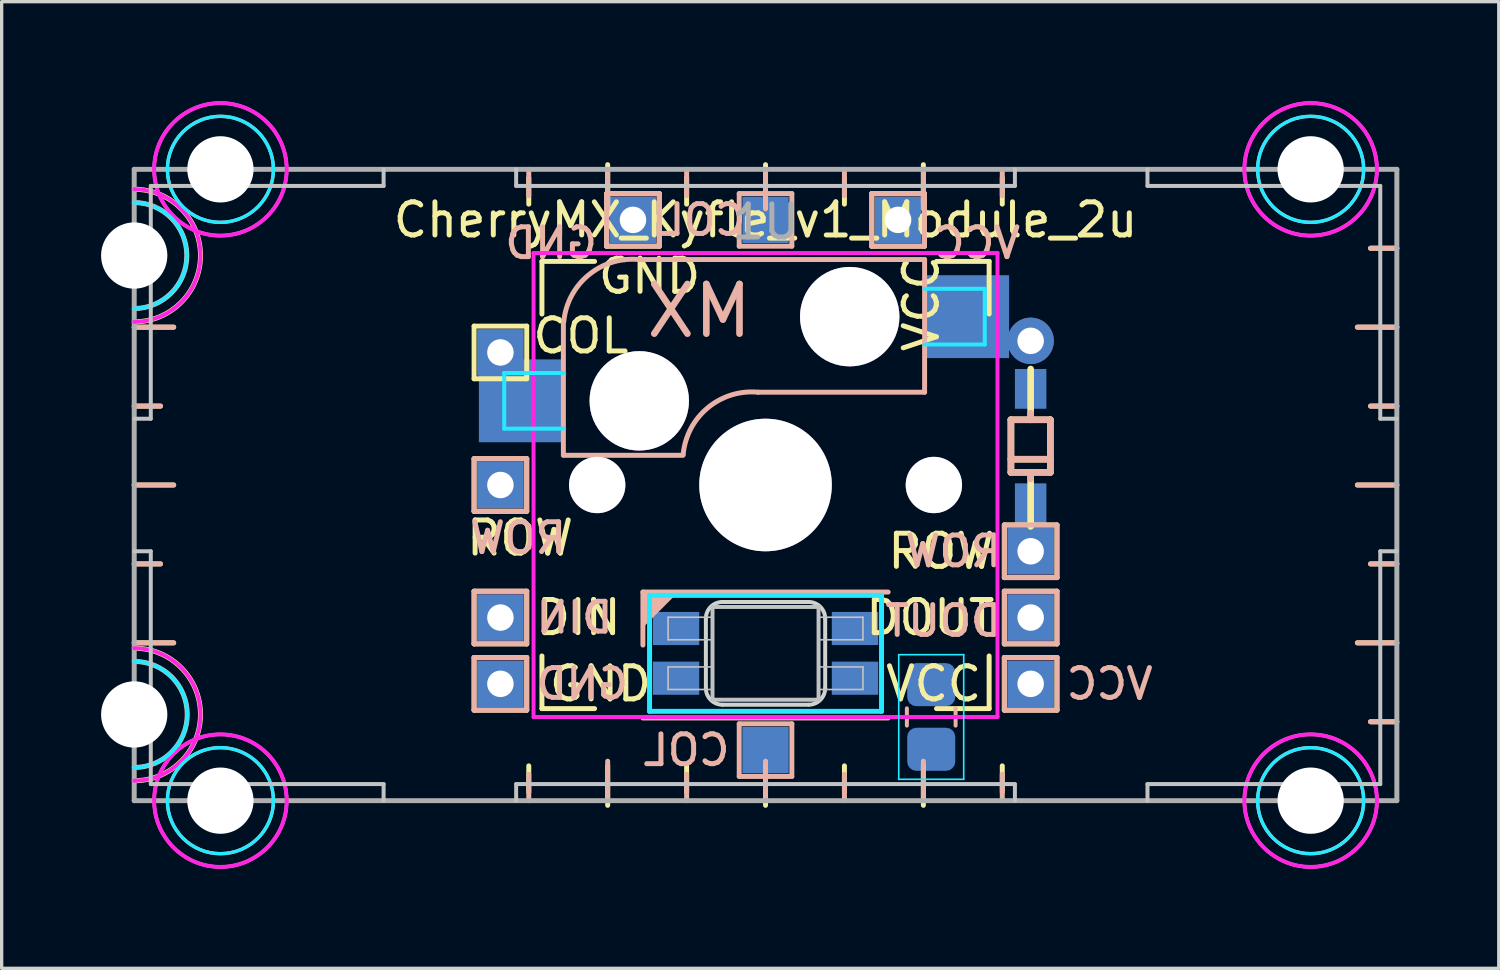
<source format=kicad_pcb>
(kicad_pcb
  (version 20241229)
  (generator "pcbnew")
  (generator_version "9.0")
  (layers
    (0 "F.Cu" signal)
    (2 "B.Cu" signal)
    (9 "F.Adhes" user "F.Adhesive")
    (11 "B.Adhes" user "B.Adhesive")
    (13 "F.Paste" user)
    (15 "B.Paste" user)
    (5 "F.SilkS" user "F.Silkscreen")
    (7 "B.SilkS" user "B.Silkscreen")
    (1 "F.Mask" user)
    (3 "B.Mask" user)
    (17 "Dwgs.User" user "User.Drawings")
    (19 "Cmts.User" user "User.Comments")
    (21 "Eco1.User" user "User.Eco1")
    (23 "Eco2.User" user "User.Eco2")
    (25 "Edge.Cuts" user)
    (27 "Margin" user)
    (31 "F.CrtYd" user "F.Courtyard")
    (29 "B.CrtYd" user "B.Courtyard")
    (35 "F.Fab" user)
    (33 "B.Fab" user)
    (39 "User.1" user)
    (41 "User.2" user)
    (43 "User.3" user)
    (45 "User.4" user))
  (footprint "CherryMX_Kyfle_v1_Module_2u"
    (layer "F.Cu")
    (at 20.05 11.585)
    (property "Reference" "CherryMX_Kyfle_v1_Module_2u" (at 0 -8 0) (unlocked yes) (layer "F.SilkS") (effects (font (size 1 1) (thickness 0.15))))
    (attr through_hole)
    (fp_line (start -18.256 -7.144) (end -19.05 -7.144) (stroke (width 0.15) (type solid)) (layer "F.SilkS"))
    (fp_line (start -18.256 -2.381) (end -19.05 -2.381) (stroke (width 0.15) (type solid)) (layer "F.SilkS"))
    (fp_line (start -18.256 2.381) (end -19.05 2.381) (stroke (width 0.15) (type solid)) (layer "F.SilkS"))
    (fp_line (start -18.256 7.144) (end -19.05 7.144) (stroke (width 0.15) (type solid)) (layer "F.SilkS"))
    (fp_line (start -17.859 -4.763) (end -19.05 -4.763) (stroke (width 0.15) (type solid)) (layer "F.SilkS"))
    (fp_line (start -17.859 0) (end -19.05 0) (stroke (width 0.15) (type solid)) (layer "F.SilkS"))
    (fp_line (start -17.859 4.763) (end -19.05 4.763) (stroke (width 0.15) (type solid)) (layer "F.SilkS"))
    (fp_line (start -8.794 -4.794) (end -7.206 -4.794) (stroke (width 0.15) (type solid)) (layer "F.SilkS"))
    (fp_line (start -8.794 -3.206) (end -8.794 -4.794) (stroke (width 0.15) (type solid)) (layer "F.SilkS"))
    (fp_line (start -8.794 -0.794) (end -7.206 -0.794) (stroke (width 0.15) (type solid)) (layer "F.SilkS"))
    (fp_line (start -8.794 0.794) (end -8.794 -0.794) (stroke (width 0.15) (type solid)) (layer "F.SilkS"))
    (fp_line (start -8.794 3.206) (end -7.206 3.206) (stroke (width 0.15) (type solid)) (layer "F.SilkS"))
    (fp_line (start -8.794 4.794) (end -8.794 3.206) (stroke (width 0.15) (type solid)) (layer "F.SilkS"))
    (fp_line (start -8.794 5.206) (end -7.206 5.206) (stroke (width 0.15) (type solid)) (layer "F.SilkS"))
    (fp_line (start -8.794 6.794) (end -8.794 5.206) (stroke (width 0.15) (type solid)) (layer "F.SilkS"))
    (fp_line (start -7.206 -4.794) (end -7.206 -3.206) (stroke (width 0.15) (type solid)) (layer "F.SilkS"))
    (fp_line (start -7.206 -3.206) (end -8.794 -3.206) (stroke (width 0.15) (type solid)) (layer "F.SilkS"))
    (fp_line (start -7.206 -0.794) (end -7.206 0.794) (stroke (width 0.15) (type solid)) (layer "F.SilkS"))
    (fp_line (start -7.206 0.794) (end -8.794 0.794) (stroke (width 0.15) (type solid)) (layer "F.SilkS"))
    (fp_line (start -7.206 3.206) (end -7.206 4.794) (stroke (width 0.15) (type solid)) (layer "F.SilkS"))
    (fp_line (start -7.206 4.794) (end -8.794 4.794) (stroke (width 0.15) (type solid)) (layer "F.SilkS"))
    (fp_line (start -7.206 5.206) (end -7.206 6.794) (stroke (width 0.15) (type solid)) (layer "F.SilkS"))
    (fp_line (start -7.206 6.794) (end -8.794 6.794) (stroke (width 0.15) (type solid)) (layer "F.SilkS"))
    (fp_line (start -7.144 -9.269) (end -7.144 -8.475) (stroke (width 0.15) (type solid)) (layer "F.SilkS"))
    (fp_line (start -7.144 9.269) (end -7.144 8.475) (stroke (width 0.15) (type solid)) (layer "F.SilkS"))
    (fp_line (start -6.747 -6.747) (end -5.159 -6.747) (stroke (width 0.15) (type solid)) (layer "F.SilkS"))
    (fp_line (start -6.747 -5.159) (end -6.747 -6.747) (stroke (width 0.15) (type solid)) (layer "F.SilkS"))
    (fp_line (start -6.747 6.747) (end -6.747 5.159) (stroke (width 0.15) (type solid)) (layer "F.SilkS"))
    (fp_line (start -5.159 6.747) (end -6.747 6.747) (stroke (width 0.15) (type solid)) (layer "F.SilkS"))
    (fp_line (start -4.794 -8.794) (end -3.206 -8.794) (stroke (width 0.15) (type solid)) (layer "F.SilkS"))
    (fp_line (start -4.794 -7.206) (end -4.794 -8.794) (stroke (width 0.15) (type solid)) (layer "F.SilkS"))
    (fp_line (start -4.763 -9.666) (end -4.763 -8.475) (stroke (width 0.15) (type solid)) (layer "F.SilkS"))
    (fp_line (start -4.763 9.666) (end -4.763 8.475) (stroke (width 0.15) (type solid)) (layer "F.SilkS"))
    (fp_line (start -3.206 -8.794) (end -3.206 -7.206) (stroke (width 0.15) (type solid)) (layer "F.SilkS"))
    (fp_line (start -3.206 -7.206) (end -4.794 -7.206) (stroke (width 0.15) (type solid)) (layer "F.SilkS"))
    (fp_line (start -2.381 -9.269) (end -2.381 -8.475) (stroke (width 0.15) (type solid)) (layer "F.SilkS"))
    (fp_line (start -2.381 9.269) (end -2.381 8.475) (stroke (width 0.15) (type solid)) (layer "F.SilkS"))
    (fp_line (start 0 -9.666) (end 0 -8.475) (stroke (width 0.15) (type solid)) (layer "F.SilkS"))
    (fp_line (start 0 9.666) (end 0 8.475) (stroke (width 0.15) (type solid)) (layer "F.SilkS"))
    (fp_line (start 2.381 -9.269) (end 2.381 -8.475) (stroke (width 0.15) (type solid)) (layer "F.SilkS"))
    (fp_line (start 2.381 9.269) (end 2.381 8.475) (stroke (width 0.15) (type solid)) (layer "F.SilkS"))
    (fp_line (start 3.206 -8.794) (end 4.794 -8.794) (stroke (width 0.15) (type solid)) (layer "F.SilkS"))
    (fp_line (start 3.206 -7.206) (end 3.206 -8.794) (stroke (width 0.15) (type solid)) (layer "F.SilkS"))
    (fp_line (start 4.763 -9.666) (end 4.763 -8.475) (stroke (width 0.15) (type solid)) (layer "F.SilkS"))
    (fp_line (start 4.763 9.666) (end 4.763 8.475) (stroke (width 0.15) (type solid)) (layer "F.SilkS"))
    (fp_line (start 4.794 -8.794) (end 4.794 -7.206) (stroke (width 0.15) (type solid)) (layer "F.SilkS"))
    (fp_line (start 4.794 -7.206) (end 3.206 -7.206) (stroke (width 0.15) (type solid)) (layer "F.SilkS"))
    (fp_line (start 5.159 -6.747) (end 6.747 -6.747) (stroke (width 0.15) (type solid)) (layer "F.SilkS"))
    (fp_line (start 6.747 -6.747) (end 6.747 -5.159) (stroke (width 0.15) (type solid)) (layer "F.SilkS"))
    (fp_line (start 6.747 5.159) (end 6.747 6.747) (stroke (width 0.15) (type solid)) (layer "F.SilkS"))
    (fp_line (start 6.747 6.747) (end 5.159 6.747) (stroke (width 0.15) (type solid)) (layer "F.SilkS"))
    (fp_line (start 7.144 -9.269) (end 7.144 -8.475) (stroke (width 0.15) (type solid)) (layer "F.SilkS"))
    (fp_line (start 7.144 9.269) (end 7.144 8.475) (stroke (width 0.15) (type solid)) (layer "F.SilkS"))
    (fp_line (start 7.206 1.206) (end 8.794 1.206) (stroke (width 0.15) (type solid)) (layer "F.SilkS"))
    (fp_line (start 7.206 2.794) (end 7.206 1.206) (stroke (width 0.15) (type solid)) (layer "F.SilkS"))
    (fp_line (start 7.206 3.206) (end 8.794 3.206) (stroke (width 0.15) (type solid)) (layer "F.SilkS"))
    (fp_line (start 7.206 4.794) (end 7.206 3.206) (stroke (width 0.15) (type solid)) (layer "F.SilkS"))
    (fp_line (start 7.206 5.206) (end 8.794 5.206) (stroke (width 0.15) (type solid)) (layer "F.SilkS"))
    (fp_line (start 7.206 6.794) (end 7.206 5.206) (stroke (width 0.15) (type solid)) (layer "F.SilkS"))
    (fp_line (start 7.405 -1.969) (end 8.595 -1.969) (stroke (width 0.2) (type solid)) (layer "F.SilkS"))
    (fp_line (start 7.405 -0.778) (end 8.595 -0.778) (stroke (width 0.2) (type solid)) (layer "F.SilkS"))
    (fp_line (start 7.405 -0.381) (end 7.405 -1.969) (stroke (width 0.2) (type solid)) (layer "F.SilkS"))
    (fp_line (start 8 -1.969) (end 8 -3.5) (stroke (width 0.2) (type solid)) (layer "F.SilkS"))
    (fp_line (start 8 1.25) (end 8 -0.381) (stroke (width 0.2) (type solid)) (layer "F.SilkS"))
    (fp_line (start 8.595 -1.969) (end 8.595 -0.381) (stroke (width 0.2) (type solid)) (layer "F.SilkS"))
    (fp_line (start 8.595 -0.381) (end 7.405 -0.381) (stroke (width 0.2) (type solid)) (layer "F.SilkS"))
    (fp_line (start 8.794 1.206) (end 8.794 2.794) (stroke (width 0.15) (type solid)) (layer "F.SilkS"))
    (fp_line (start 8.794 2.794) (end 7.206 2.794) (stroke (width 0.15) (type solid)) (layer "F.SilkS"))
    (fp_line (start 8.794 3.206) (end 8.794 4.794) (stroke (width 0.15) (type solid)) (layer "F.SilkS"))
    (fp_line (start 8.794 4.794) (end 7.206 4.794) (stroke (width 0.15) (type solid)) (layer "F.SilkS"))
    (fp_line (start 8.794 5.206) (end 8.794 6.794) (stroke (width 0.15) (type solid)) (layer "F.SilkS"))
    (fp_line (start 8.794 6.794) (end 7.206 6.794) (stroke (width 0.15) (type solid)) (layer "F.SilkS"))
    (fp_line (start 17.859 -4.763) (end 19.05 -4.763) (stroke (width 0.15) (type solid)) (layer "F.SilkS"))
    (fp_line (start 17.859 0) (end 19.05 0) (stroke (width 0.15) (type solid)) (layer "F.SilkS"))
    (fp_line (start 17.859 4.763) (end 19.05 4.763) (stroke (width 0.15) (type solid)) (layer "F.SilkS"))
    (fp_line (start 18.256 -7.144) (end 19.05 -7.144) (stroke (width 0.15) (type solid)) (layer "F.SilkS"))
    (fp_line (start 18.256 -2.381) (end 19.05 -2.381) (stroke (width 0.15) (type solid)) (layer "F.SilkS"))
    (fp_line (start 18.256 2.381) (end 19.05 2.381) (stroke (width 0.15) (type solid)) (layer "F.SilkS"))
    (fp_line (start 18.256 7.144) (end 19.05 7.144) (stroke (width 0.15) (type solid)) (layer "F.SilkS"))
    (fp_arc (start -19.05 -8.92375) (mid -17.05 -6.92375) (end -19.05 -4.92375) (stroke (width 0.15) (type solid)) (layer "F.SilkS"))
    (fp_arc (start -19.05 4.92375) (mid -17.05 6.92375) (end -19.05 8.92375) (stroke (width 0.15) (type solid)) (layer "F.SilkS"))
    (fp_circle (center -16.449 -9.525) (end -14.449 -9.525) (stroke (width 0.1) (type solid)) (fill no) (layer "F.SilkS"))
    (fp_circle (center -16.449 9.525) (end -14.449 9.525) (stroke (width 0.1) (type solid)) (fill no) (layer "F.SilkS"))
    (fp_circle (center 16.449 -9.525) (end 18.449 -9.525) (stroke (width 0.1) (type solid)) (fill no) (layer "F.SilkS"))
    (fp_circle (center 16.449 9.525) (end 18.449 9.525) (stroke (width 0.1) (type solid)) (fill no) (layer "F.SilkS"))
    (fp_line (start -18.256 -7.144) (end -19.05 -7.144) (stroke (width 0.15) (type solid)) (layer "B.SilkS"))
    (fp_line (start -18.256 -2.381) (end -19.05 -2.381) (stroke (width 0.15) (type solid)) (layer "B.SilkS"))
    (fp_line (start -18.256 2.381) (end -19.05 2.381) (stroke (width 0.15) (type solid)) (layer "B.SilkS"))
    (fp_line (start -18.256 7.144) (end -19.05 7.144) (stroke (width 0.15) (type solid)) (layer "B.SilkS"))
    (fp_line (start -17.859 -4.763) (end -19.05 -4.763) (stroke (width 0.15) (type solid)) (layer "B.SilkS"))
    (fp_line (start -17.859 0) (end -19.05 0) (stroke (width 0.15) (type solid)) (layer "B.SilkS"))
    (fp_line (start -17.859 4.763) (end -19.05 4.763) (stroke (width 0.15) (type solid)) (layer "B.SilkS"))
    (fp_line (start -8.794 -0.794) (end -8.794 0.794) (stroke (width 0.15) (type solid)) (layer "B.SilkS"))
    (fp_line (start -8.794 0.794) (end -7.206 0.794) (stroke (width 0.15) (type solid)) (layer "B.SilkS"))
    (fp_line (start -8.794 3.206) (end -8.794 4.794) (stroke (width 0.15) (type solid)) (layer "B.SilkS"))
    (fp_line (start -8.794 4.794) (end -7.206 4.794) (stroke (width 0.15) (type solid)) (layer "B.SilkS"))
    (fp_line (start -8.794 5.206) (end -8.794 6.794) (stroke (width 0.15) (type solid)) (layer "B.SilkS"))
    (fp_line (start -8.794 6.794) (end -7.206 6.794) (stroke (width 0.15) (type solid)) (layer "B.SilkS"))
    (fp_line (start -7.206 -0.794) (end -8.794 -0.794) (stroke (width 0.15) (type solid)) (layer "B.SilkS"))
    (fp_line (start -7.206 0.794) (end -7.206 -0.794) (stroke (width 0.15) (type solid)) (layer "B.SilkS"))
    (fp_line (start -7.206 3.206) (end -8.794 3.206) (stroke (width 0.15) (type solid)) (layer "B.SilkS"))
    (fp_line (start -7.206 4.794) (end -7.206 3.206) (stroke (width 0.15) (type solid)) (layer "B.SilkS"))
    (fp_line (start -7.206 5.206) (end -8.794 5.206) (stroke (width 0.15) (type solid)) (layer "B.SilkS"))
    (fp_line (start -7.206 6.794) (end -7.206 5.206) (stroke (width 0.15) (type solid)) (layer "B.SilkS"))
    (fp_line (start -7.144 -8.731) (end -7.144 -9.525) (stroke (width 0.15) (type solid)) (layer "B.SilkS"))
    (fp_line (start -7.144 8.731) (end -7.144 9.525) (stroke (width 0.15) (type solid)) (layer "B.SilkS"))
    (fp_line (start -6.1 -4.85) (end -6.1 -0.905) (stroke (width 0.15) (type solid)) (layer "B.SilkS"))
    (fp_line (start -6.1 -0.896) (end -2.49 -0.896) (stroke (width 0.15) (type solid)) (layer "B.SilkS"))
    (fp_line (start -4.794 -8.794) (end -4.794 -7.206) (stroke (width 0.15) (type solid)) (layer "B.SilkS"))
    (fp_line (start -4.794 -7.206) (end -3.206 -7.206) (stroke (width 0.15) (type solid)) (layer "B.SilkS"))
    (fp_line (start -4.763 -8.334) (end -4.763 -9.525) (stroke (width 0.15) (type solid)) (layer "B.SilkS"))
    (fp_line (start -4.763 8.334) (end -4.763 9.525) (stroke (width 0.15) (type solid)) (layer "B.SilkS"))
    (fp_line (start -3.7 4.83) (end -3.7 3.23) (stroke (width 0.15) (type solid)) (layer "B.SilkS"))
    (fp_line (start -3.206 -8.794) (end -4.794 -8.794) (stroke (width 0.15) (type solid)) (layer "B.SilkS"))
    (fp_line (start -3.206 -7.206) (end -3.206 -8.794) (stroke (width 0.15) (type solid)) (layer "B.SilkS"))
    (fp_line (start -2.381 -8.731) (end -2.381 -9.525) (stroke (width 0.15) (type solid)) (layer "B.SilkS"))
    (fp_line (start -2.381 8.731) (end -2.381 9.525) (stroke (width 0.15) (type solid)) (layer "B.SilkS"))
    (fp_line (start -0.794 -8.794) (end -0.794 -7.206) (stroke (width 0.15) (type solid)) (layer "B.SilkS"))
    (fp_line (start -0.794 -7.206) (end 0.794 -7.206) (stroke (width 0.15) (type solid)) (layer "B.SilkS"))
    (fp_line (start -0.794 7.206) (end -0.794 8.794) (stroke (width 0.15) (type solid)) (layer "B.SilkS"))
    (fp_line (start -0.794 8.794) (end 0.794 8.794) (stroke (width 0.15) (type solid)) (layer "B.SilkS"))
    (fp_line (start 0 -8.334) (end 0 -9.525) (stroke (width 0.15) (type solid)) (layer "B.SilkS"))
    (fp_line (start 0 8.334) (end 0 9.525) (stroke (width 0.15) (type solid)) (layer "B.SilkS"))
    (fp_line (start 0.794 -8.794) (end -0.794 -8.794) (stroke (width 0.15) (type solid)) (layer "B.SilkS"))
    (fp_line (start 0.794 -7.206) (end 0.794 -8.794) (stroke (width 0.15) (type solid)) (layer "B.SilkS"))
    (fp_line (start 0.794 7.206) (end -0.794 7.206) (stroke (width 0.15) (type solid)) (layer "B.SilkS"))
    (fp_line (start 0.794 8.794) (end 0.794 7.206) (stroke (width 0.15) (type solid)) (layer "B.SilkS"))
    (fp_line (start 2.381 -8.731) (end 2.381 -9.525) (stroke (width 0.15) (type solid)) (layer "B.SilkS"))
    (fp_line (start 2.381 8.731) (end 2.381 9.525) (stroke (width 0.15) (type solid)) (layer "B.SilkS"))
    (fp_line (start 3.206 -8.794) (end 3.206 -7.206) (stroke (width 0.15) (type solid)) (layer "B.SilkS"))
    (fp_line (start 3.206 -7.206) (end 4.794 -7.206) (stroke (width 0.15) (type solid)) (layer "B.SilkS"))
    (fp_line (start 3.7 3.23) (end -3.7 3.23) (stroke (width 0.15) (type solid)) (layer "B.SilkS"))
    (fp_line (start 3.7 7.03) (end -3.7 7.03) (stroke (width 0.15) (type solid)) (layer "B.SilkS"))
    (fp_line (start 4.265 6.739) (end 4.265 7.261) (stroke (width 0.12) (type solid)) (layer "B.SilkS"))
    (fp_line (start 4.763 -8.334) (end 4.763 -9.525) (stroke (width 0.15) (type solid)) (layer "B.SilkS"))
    (fp_line (start 4.763 8.334) (end 4.763 9.525) (stroke (width 0.15) (type solid)) (layer "B.SilkS"))
    (fp_line (start 4.794 -8.794) (end 3.206 -8.794) (stroke (width 0.15) (type solid)) (layer "B.SilkS"))
    (fp_line (start 4.794 -7.206) (end 4.794 -8.794) (stroke (width 0.15) (type solid)) (layer "B.SilkS"))
    (fp_line (start 4.8 -6.804) (end -3.825 -6.804) (stroke (width 0.15) (type solid)) (layer "B.SilkS"))
    (fp_line (start 4.8 -2.8) (end -0.225 -2.8) (stroke (width 0.15) (type solid)) (layer "B.SilkS"))
    (fp_line (start 4.8 -2.8) (end 4.8 -6.804) (stroke (width 0.15) (type solid)) (layer "B.SilkS"))
    (fp_line (start 5.735 6.739) (end 5.735 7.261) (stroke (width 0.12) (type solid)) (layer "B.SilkS"))
    (fp_line (start 7.144 -8.731) (end 7.144 -9.525) (stroke (width 0.15) (type solid)) (layer "B.SilkS"))
    (fp_line (start 7.144 8.731) (end 7.144 9.525) (stroke (width 0.15) (type solid)) (layer "B.SilkS"))
    (fp_line (start 7.206 1.206) (end 7.206 2.794) (stroke (width 0.15) (type solid)) (layer "B.SilkS"))
    (fp_line (start 7.206 2.794) (end 8.794 2.794) (stroke (width 0.15) (type solid)) (layer "B.SilkS"))
    (fp_line (start 7.206 3.206) (end 7.206 4.794) (stroke (width 0.15) (type solid)) (layer "B.SilkS"))
    (fp_line (start 7.206 4.794) (end 8.794 4.794) (stroke (width 0.15) (type solid)) (layer "B.SilkS"))
    (fp_line (start 7.206 5.206) (end 7.206 6.794) (stroke (width 0.15) (type solid)) (layer "B.SilkS"))
    (fp_line (start 7.206 6.794) (end 8.794 6.794) (stroke (width 0.15) (type solid)) (layer "B.SilkS"))
    (fp_line (start 7.405 -1.969) (end 7.405 -0.381) (stroke (width 0.2) (type solid)) (layer "B.SilkS"))
    (fp_line (start 7.405 -0.381) (end 8.595 -0.381) (stroke (width 0.2) (type solid)) (layer "B.SilkS"))
    (fp_line (start 8 -1.969) (end 8 -2.167) (stroke (width 0.2) (type solid)) (layer "B.SilkS"))
    (fp_line (start 8 -0.183) (end 8 -0.381) (stroke (width 0.2) (type solid)) (layer "B.SilkS"))
    (fp_line (start 8.595 -1.969) (end 7.405 -1.969) (stroke (width 0.2) (type solid)) (layer "B.SilkS"))
    (fp_line (start 8.595 -0.778) (end 7.405 -0.778) (stroke (width 0.2) (type solid)) (layer "B.SilkS"))
    (fp_line (start 8.595 -0.381) (end 8.595 -1.969) (stroke (width 0.2) (type solid)) (layer "B.SilkS"))
    (fp_line (start 8.794 1.206) (end 7.206 1.206) (stroke (width 0.15) (type solid)) (layer "B.SilkS"))
    (fp_line (start 8.794 2.794) (end 8.794 1.206) (stroke (width 0.15) (type solid)) (layer "B.SilkS"))
    (fp_line (start 8.794 3.206) (end 7.206 3.206) (stroke (width 0.15) (type solid)) (layer "B.SilkS"))
    (fp_line (start 8.794 4.794) (end 8.794 3.206) (stroke (width 0.15) (type solid)) (layer "B.SilkS"))
    (fp_line (start 8.794 5.206) (end 7.206 5.206) (stroke (width 0.15) (type solid)) (layer "B.SilkS"))
    (fp_line (start 8.794 6.794) (end 8.794 5.206) (stroke (width 0.15) (type solid)) (layer "B.SilkS"))
    (fp_line (start 17.859 -4.763) (end 19.05 -4.763) (stroke (width 0.15) (type solid)) (layer "B.SilkS"))
    (fp_line (start 17.859 0) (end 19.05 0) (stroke (width 0.15) (type solid)) (layer "B.SilkS"))
    (fp_line (start 17.859 4.763) (end 19.05 4.763) (stroke (width 0.15) (type solid)) (layer "B.SilkS"))
    (fp_line (start 18.256 -7.144) (end 19.05 -7.144) (stroke (width 0.15) (type solid)) (layer "B.SilkS"))
    (fp_line (start 18.256 -2.381) (end 19.05 -2.381) (stroke (width 0.15) (type solid)) (layer "B.SilkS"))
    (fp_line (start 18.256 2.381) (end 19.05 2.381) (stroke (width 0.15) (type solid)) (layer "B.SilkS"))
    (fp_line (start 18.256 7.144) (end 19.05 7.144) (stroke (width 0.15) (type solid)) (layer "B.SilkS"))
    (fp_arc (start -19.05 -8.52375) (mid -17.45 -6.92375) (end -19.05 -5.32375) (stroke (width 0.15) (type solid)) (layer "B.SilkS"))
    (fp_arc (start -19.05 5.32375) (mid -17.45 6.92375) (end -19.05 8.52375) (stroke (width 0.15) (type solid)) (layer "B.SilkS"))
    (fp_arc (start -6.089 -4.92) (mid -5.347189 -6.33089) (end -3.825 -6.804) (stroke (width 0.15) (type solid)) (layer "B.SilkS"))
    (fp_arc (start -2.485 -0.92) (mid -1.744361 -2.328061) (end -0.225 -2.8) (stroke (width 0.15) (type solid)) (layer "B.SilkS"))
    (fp_circle (center -16.449 -9.525) (end -14.849 -9.525) (stroke (width 0.1) (type solid)) (fill no) (layer "B.SilkS"))
    (fp_circle (center -16.449 9.525) (end -14.849 9.525) (stroke (width 0.1) (type solid)) (fill no) (layer "B.SilkS"))
    (fp_circle (center 16.449 -9.525) (end 18.049 -9.525) (stroke (width 0.1) (type solid)) (fill no) (layer "B.SilkS"))
    (fp_circle (center 16.449 9.525) (end 18.049 9.525) (stroke (width 0.1) (type solid)) (fill no) (layer "B.SilkS"))
    (fp_poly (pts (xy -3.699 4.23) (xy -2.7 3.23) (xy -3.7 3.23)) (stroke (width 0.1) (type solid)) (fill yes) (layer "B.SilkS"))
    (fp_line (start -18.55 -9.025) (end -11.525 -9.025) (stroke (width 0.12) (type solid)) (layer "Dwgs.User"))
    (fp_line (start -18.55 -2) (end -19.05 -2) (stroke (width 0.12) (type solid)) (layer "Dwgs.User"))
    (fp_line (start -18.55 -2) (end -18.55 -9.025) (stroke (width 0.12) (type solid)) (layer "Dwgs.User"))
    (fp_line (start -18.55 2) (end -19.05 2) (stroke (width 0.12) (type solid)) (layer "Dwgs.User"))
    (fp_line (start -18.55 9.025) (end -18.55 2) (stroke (width 0.12) (type solid)) (layer "Dwgs.User"))
    (fp_line (start -11.525 -9.025) (end -11.525 -9.525) (stroke (width 0.12) (type solid)) (layer "Dwgs.User"))
    (fp_line (start -11.525 9.025) (end -18.55 9.025) (stroke (width 0.12) (type solid)) (layer "Dwgs.User"))
    (fp_line (start -11.525 9.025) (end -11.525 9.525) (stroke (width 0.12) (type solid)) (layer "Dwgs.User"))
    (fp_line (start -7.525 -9.025) (end -7.525 -9.525) (stroke (width 0.12) (type solid)) (layer "Dwgs.User"))
    (fp_line (start -7.525 -9.025) (end 7.525 -9.025) (stroke (width 0.12) (type solid)) (layer "Dwgs.User"))
    (fp_line (start -7.525 9.025) (end -7.525 9.525) (stroke (width 0.12) (type solid)) (layer "Dwgs.User"))
    (fp_line (start -2.94 3.99) (end -1.6 3.99) (stroke (width 0.05) (type solid)) (layer "Dwgs.User"))
    (fp_line (start -2.94 4.67) (end -2.94 3.99) (stroke (width 0.05) (type solid)) (layer "Dwgs.User"))
    (fp_line (start -2.94 5.49) (end -2.94 6.17) (stroke (width 0.05) (type solid)) (layer "Dwgs.User"))
    (fp_line (start -2.94 5.49) (end -1.6 5.49) (stroke (width 0.05) (type solid)) (layer "Dwgs.User"))
    (fp_line (start -1.6 3.68) (end -1.6 6.48) (stroke (width 0.12) (type solid)) (layer "Dwgs.User"))
    (fp_line (start -1.6 4.67) (end -2.94 4.67) (stroke (width 0.05) (type solid)) (layer "Dwgs.User"))
    (fp_line (start -1.6 6.17) (end -2.94 6.17) (stroke (width 0.05) (type solid)) (layer "Dwgs.User"))
    (fp_line (start -1.6 6.48) (end 1.6 6.48) (stroke (width 0.12) (type solid)) (layer "Dwgs.User"))
    (fp_line (start 1.6 3.68) (end -1.6 3.68) (stroke (width 0.12) (type solid)) (layer "Dwgs.User"))
    (fp_line (start 1.6 4.67) (end 2.94 4.67) (stroke (width 0.05) (type solid)) (layer "Dwgs.User"))
    (fp_line (start 1.6 6.17) (end 2.94 6.17) (stroke (width 0.05) (type solid)) (layer "Dwgs.User"))
    (fp_line (start 1.6 6.48) (end 1.6 3.68) (stroke (width 0.12) (type solid)) (layer "Dwgs.User"))
    (fp_line (start 2.94 3.99) (end 1.6 3.99) (stroke (width 0.05) (type solid)) (layer "Dwgs.User"))
    (fp_line (start 2.94 4.67) (end 2.94 3.99) (stroke (width 0.05) (type solid)) (layer "Dwgs.User"))
    (fp_line (start 2.94 5.49) (end 1.6 5.49) (stroke (width 0.05) (type solid)) (layer "Dwgs.User"))
    (fp_line (start 2.94 5.49) (end 2.94 6.17) (stroke (width 0.05) (type solid)) (layer "Dwgs.User"))
    (fp_line (start 7.525 -9.025) (end 7.525 -9.525) (stroke (width 0.12) (type solid)) (layer "Dwgs.User"))
    (fp_line (start 7.525 9.025) (end -7.525 9.025) (stroke (width 0.12) (type solid)) (layer "Dwgs.User"))
    (fp_line (start 7.525 9.025) (end 7.525 9.525) (stroke (width 0.12) (type solid)) (layer "Dwgs.User"))
    (fp_line (start 11.525 -9.025) (end 11.525 -9.525) (stroke (width 0.12) (type solid)) (layer "Dwgs.User"))
    (fp_line (start 11.525 -9.025) (end 18.55 -9.025) (stroke (width 0.12) (type solid)) (layer "Dwgs.User"))
    (fp_line (start 11.525 9.025) (end 11.525 9.525) (stroke (width 0.12) (type solid)) (layer "Dwgs.User"))
    (fp_line (start 18.55 -9.025) (end 18.55 -2) (stroke (width 0.12) (type solid)) (layer "Dwgs.User"))
    (fp_line (start 18.55 -2) (end 19.05 -2) (stroke (width 0.12) (type solid)) (layer "Dwgs.User"))
    (fp_line (start 18.55 2) (end 18.55 9.025) (stroke (width 0.12) (type solid)) (layer "Dwgs.User"))
    (fp_line (start 18.55 2) (end 19.05 2) (stroke (width 0.12) (type solid)) (layer "Dwgs.User"))
    (fp_line (start 18.55 9.025) (end 11.525 9.025) (stroke (width 0.12) (type solid)) (layer "Dwgs.User"))
    (fp_line (start -1.8 4.03) (end -1.8 6.13) (stroke (width 0.12) (type solid)) (layer "Edge.Cuts"))
    (fp_line (start -1.3 6.63) (end 1.3 6.63) (stroke (width 0.12) (type solid)) (layer "Edge.Cuts"))
    (fp_line (start 1.3 3.53) (end -1.3 3.53) (stroke (width 0.12) (type solid)) (layer "Edge.Cuts"))
    (fp_line (start 1.8 6.13) (end 1.8 4.03) (stroke (width 0.12) (type solid)) (layer "Edge.Cuts"))
    (fp_arc (start -1.8 4.03) (mid -1.653553 3.676447) (end -1.3 3.53) (stroke (width 0.12) (type solid)) (layer "Edge.Cuts"))
    (fp_arc (start -1.3 6.63) (mid -1.653553 6.483553) (end -1.8 6.13) (stroke (width 0.12) (type solid)) (layer "Edge.Cuts"))
    (fp_arc (start 1.3 3.53) (mid 1.653553 3.676447) (end 1.8 4.03) (stroke (width 0.12) (type solid)) (layer "Edge.Cuts"))
    (fp_arc (start 1.8 6.13) (mid 1.653553 6.483553) (end 1.3 6.63) (stroke (width 0.12) (type solid)) (layer "Edge.Cuts"))
    (fp_line (start -7.885 -3.38) (end -7.885 -1.7) (stroke (width 0.12) (type solid)) (layer "B.CrtYd"))
    (fp_line (start -7.885 -3.38) (end -6.1 -3.38) (stroke (width 0.12) (type solid)) (layer "B.CrtYd"))
    (fp_line (start -7.885 -1.7) (end -6.1 -1.7) (stroke (width 0.12) (type solid)) (layer "B.CrtYd"))
    (fp_line (start -3.5 3.33) (end -3.5 6.83) (stroke (width 0.15) (type solid)) (layer "B.CrtYd"))
    (fp_line (start -3.5 6.83) (end 3.5 6.83) (stroke (width 0.15) (type solid)) (layer "B.CrtYd"))
    (fp_line (start 3.5 3.33) (end -3.5 3.33) (stroke (width 0.15) (type solid)) (layer "B.CrtYd"))
    (fp_line (start 3.5 6.83) (end 3.5 3.33) (stroke (width 0.15) (type solid)) (layer "B.CrtYd"))
    (fp_line (start 4.02 5.12) (end 4.02 8.88) (stroke (width 0.05) (type solid)) (layer "B.CrtYd"))
    (fp_line (start 4.02 8.88) (end 5.98 8.88) (stroke (width 0.05) (type solid)) (layer "B.CrtYd"))
    (fp_line (start 4.8 -5.92) (end 6.615 -5.92) (stroke (width 0.12) (type solid)) (layer "B.CrtYd"))
    (fp_line (start 5.98 5.12) (end 4.02 5.12) (stroke (width 0.05) (type solid)) (layer "B.CrtYd"))
    (fp_line (start 5.98 8.88) (end 5.98 5.12) (stroke (width 0.05) (type solid)) (layer "B.CrtYd"))
    (fp_line (start 6.615 -5.92) (end 6.615 -4.24) (stroke (width 0.12) (type solid)) (layer "B.CrtYd"))
    (fp_line (start 6.615 -4.24) (end 4.8 -4.24) (stroke (width 0.12) (type solid)) (layer "B.CrtYd"))
    (fp_arc (start -19.05 -8.52375) (mid -17.45 -6.92375) (end -19.05 -5.32375) (stroke (width 0.12) (type solid)) (layer "B.CrtYd"))
    (fp_arc (start -19.05 5.32375) (mid -17.45 6.92375) (end -19.05 8.52375) (stroke (width 0.12) (type solid)) (layer "B.CrtYd"))
    (fp_circle (center -16.449 -9.525) (end -14.849 -9.525) (stroke (width 0.1) (type solid)) (fill no) (layer "B.CrtYd"))
    (fp_circle (center -16.449 9.525) (end -14.849 9.525) (stroke (width 0.1) (type solid)) (fill no) (layer "B.CrtYd"))
    (fp_circle (center 16.449 -9.525) (end 18.049 -9.525) (stroke (width 0.1) (type solid)) (fill no) (layer "B.CrtYd"))
    (fp_circle (center 16.449 9.525) (end 18.049 9.525) (stroke (width 0.1) (type solid)) (fill no) (layer "B.CrtYd"))
    (fp_line (start -7 -7) (end 7 -7) (stroke (width 0.12) (type solid)) (layer "F.CrtYd"))
    (fp_line (start -7 7) (end -7 -7) (stroke (width 0.12) (type solid)) (layer "F.CrtYd"))
    (fp_line (start 7 -7) (end 7 7) (stroke (width 0.12) (type solid)) (layer "F.CrtYd"))
    (fp_line (start 7 7) (end -7 7) (stroke (width 0.12) (type solid)) (layer "F.CrtYd"))
    (fp_arc (start -19.05 -8.92375) (mid -17.05 -6.92375) (end -19.05 -4.92375) (stroke (width 0.12) (type solid)) (layer "F.CrtYd"))
    (fp_arc (start -19.05 4.92375) (mid -17.05 6.92375) (end -19.05 8.92375) (stroke (width 0.12) (type solid)) (layer "F.CrtYd"))
    (fp_circle (center -16.449 -9.525) (end -14.449 -9.525) (stroke (width 0.12) (type solid)) (fill no) (layer "F.CrtYd"))
    (fp_circle (center -16.449 9.525) (end -14.449 9.525) (stroke (width 0.12) (type solid)) (fill no) (layer "F.CrtYd"))
    (fp_circle (center 16.449 -9.525) (end 18.449 -9.525) (stroke (width 0.12) (type solid)) (fill no) (layer "F.CrtYd"))
    (fp_circle (center 16.449 9.525) (end 18.449 9.525) (stroke (width 0.12) (type solid)) (fill no) (layer "F.CrtYd"))
    (fp_line (start -19.05 -9.525) (end 19.05 -9.525) (stroke (width 0.15) (type solid)) (layer "F.Fab"))
    (fp_line (start -19.05 9.525) (end -19.05 -9.525) (stroke (width 0.15) (type solid)) (layer "F.Fab"))
    (fp_line (start 19.05 -9.525) (end 19.05 9.525) (stroke (width 0.15) (type solid)) (layer "F.Fab"))
    (fp_line (start 19.05 9.525) (end -19.05 9.525) (stroke (width 0.15) (type solid)) (layer "F.Fab"))
    (fp_text user "GND" (at -3.5 -6.3 0) (unlocked yes) (layer "F.SilkS") (effects (font (size 1 1) (thickness 0.15))))
    (fp_text user "DOUT" (at 7 4 0) (unlocked yes) (layer "F.SilkS") (effects (font (size 1 1) (thickness 0.15)) (justify right)))
    (fp_text user "VCC" (at 6.6 6 0) (unlocked yes) (layer "F.SilkS") (effects (font (size 1 1) (thickness 0.15)) (justify right)))
    (fp_text user "ROW" (at -9.1 1.6 0) (unlocked yes) (layer "F.SilkS") (effects (font (size 1 1) (thickness 0.15)) (justify left)))
    (fp_text user "ROW" (at 7 2 0) (unlocked yes) (layer "F.SilkS") (effects (font (size 1 1) (thickness 0.15)) (justify right)))
    (fp_text user "DIN" (at -7 4 0) (unlocked yes) (layer "F.SilkS") (effects (font (size 1 1) (thickness 0.15)) (justify left)))
    (fp_text user "VCC" (at 4.7 -7 90) (unlocked yes) (layer "F.SilkS") (effects (font (size 1 1) (thickness 0.15)) (justify right)))
    (fp_text user "GND" (at -6.6 6 0) (unlocked yes) (layer "F.SilkS") (effects (font (size 1 1) (thickness 0.15)) (justify left)))
    (fp_text user "COL" (at -7.1 -4.5 0) (unlocked yes) (layer "F.SilkS") (effects (font (size 1 1) (thickness 0.15)) (justify left)))
    (fp_text user "COL" (at -1 8 0) (unlocked yes) (layer "B.SilkS") (effects (font (size 0.9 0.9) (thickness 0.15)) (justify left mirror)))
    (fp_text user "DOUT" (at 7.2 4.1 0) (unlocked yes) (layer "B.SilkS") (effects (font (size 0.9 0.9) (thickness 0.15)) (justify left mirror)))
    (fp_text user "GND" (at -5 -7.3 0) (unlocked yes) (layer "B.SilkS") (effects (font (size 0.9 0.9) (thickness 0.15)) (justify left mirror)))
    (fp_text user "ROW" (at -9 1.6 0) (unlocked yes) (layer "B.SilkS") (effects (font (size 0.9 0.9) (thickness 0.15)) (justify right mirror)))
    (fp_text user "MX" (at -2 -5.25 0) (unlocked yes) (layer "B.SilkS") (effects (font (size 1.5 1.5) (thickness 0.2)) (justify mirror)))
    (fp_text user "COL" (at -1.9 -8 0) (unlocked yes) (layer "B.SilkS") (effects (font (size 0.9 0.9) (thickness 0.15)) (justify mirror)))
    (fp_text user "VCC" (at 9 6 0) (unlocked yes) (layer "B.SilkS") (effects (font (size 0.9 0.9) (thickness 0.15)) (justify right mirror)))
    (fp_text user "GND" (at -7 6 0) (unlocked yes) (layer "B.SilkS") (effects (font (size 0.9 0.9) (thickness 0.15)) (justify right mirror)))
    (fp_text user "DIN" (at -7 4 0) (unlocked yes) (layer "B.SilkS") (effects (font (size 0.9 0.9) (thickness 0.15)) (justify right mirror)))
    (fp_text user "ROW" (at 7.2 2 0) (unlocked yes) (layer "B.SilkS") (effects (font (size 0.9 0.9) (thickness 0.15)) (justify left mirror)))
    (fp_text user "VCC" (at 5 -7.3 0) (unlocked yes) (layer "B.SilkS") (effects (font (size 0.9 0.9) (thickness 0.15)) (justify right mirror)))
    (fp_text user "1U" (at 0 -7.938 0) (layer "F.Fab") (effects (font (size 1 1) (thickness 0.15))))
    (pad "" np_thru_hole circle (at -19.05 -6.924 270) (size 2 2) (drill 2) (layers "*.Cu" "*.Mask"))
    (pad "" np_thru_hole circle (at -19.05 6.924 270) (size 2 2) (drill 2) (layers "*.Cu" "*.Mask"))
    (pad "" np_thru_hole circle (at -16.449 -9.525) (size 2 2) (drill 2) (layers "*.Cu" "*.Mask"))
    (pad "" np_thru_hole circle (at -16.449 9.525) (size 2 2) (drill 2) (layers "*.Cu" "*.Mask"))
    (pad "" np_thru_hole circle (at 16.449 -9.525) (size 2 2) (drill 2) (layers "*.Cu" "*.Mask"))
    (pad "" np_thru_hole circle (at 16.449 9.525) (size 2 2) (drill 2) (layers "*.Cu" "*.Mask"))
    (pad "1" smd rect (at 2.7 5.83 180) (size 1.4 1) (layers "B.Cu" "B.Mask" "B.Paste"))
    (pad "1" thru_hole rect (at 4 -8 90) (size 1.4 1.4) (drill 0.8) (layers "*.Cu" "*.Mask"))
    (pad "1" smd roundrect (at 5 6.025 270) (size 1.3 1.45) (layers "B.Cu" "B.Mask" "B.Paste") (roundrect_rratio 0.213))
    (pad "1" thru_hole rect (at 8 6 90) (size 1.4 1.4) (drill 0.8) (layers "*.Cu" "*.Mask"))
    (pad "2" smd rect (at 2.7 4.33 180) (size 1.4 1) (layers "B.Cu" "B.Mask" "B.Paste"))
    (pad "2" thru_hole rect (at 8 4 90) (size 1.4 1.4) (drill 0.8) (layers "*.Cu" "*.Mask"))
    (pad "3" thru_hole rect (at -8 6 90) (size 1.4 1.4) (drill 0.8) (layers "*.Cu" "*.Mask"))
    (pad "3" thru_hole circle (at -5.08 0) (size 1.7 1.7) (drill 1.7) (layers "*.Cu" "*.Mask"))
    (pad "3" thru_hole rect (at -4 -8 90) (size 1.4 1.4) (drill 0.8) (layers "*.Cu" "*.Mask"))
    (pad "3" thru_hole circle (at -3.81 -2.54 180) (size 3 3) (drill 3) (layers "*.Cu" "*.Mask"))
    (pad "3" smd rect (at -2.7 4.33 180) (size 1.4 1) (layers "B.Cu" "B.Mask" "B.Paste"))
    (pad "3" thru_hole circle (at 0 0 90) (size 4 4) (drill 4) (layers "*.Cu" "*.Mask"))
    (pad "3" thru_hole circle (at 2.54 -5.08 180) (size 3 3) (drill 3) (layers "*.Cu" "*.Mask"))
    (pad "3" smd roundrect (at 5 7.975 270) (size 1.3 1.45) (layers "B.Cu" "B.Mask" "B.Paste") (roundrect_rratio 0.213))
    (pad "3" thru_hole circle (at 5.08 0) (size 1.7 1.7) (drill 1.7) (layers "*.Cu" "*.Mask"))
    (pad "4" thru_hole rect (at -8 4 90) (size 1.4 1.4) (drill 0.8) (layers "*.Cu" "*.Mask"))
    (pad "4" smd rect (at -2.7 5.83 180) (size 1.4 1) (layers "B.Cu" "B.Mask" "B.Paste"))
    (pad "5" thru_hole rect (at -8 -4 90) (size 1.4 1.4) (drill 0.8) (layers "*.Cu" "*.Mask"))
    (pad "5" smd rect (at -7.375 -2.54) (size 2.55 2.5) (layers "B.Cu" "B.Mask" "B.Paste"))
    (pad "5" smd rect (at 0 -8 90) (size 1.4 1.4) (layers "B.Cu" "B.Mask"))
    (pad "5" smd rect (at 0 8 90) (size 1.4 1.4) (layers "B.Cu" "B.Mask"))
    (pad "6" smd rect (at 6.075 -5.08) (size 2.55 2.5) (layers "B.Cu" "B.Mask" "B.Paste"))
    (pad "6" thru_hole circle (at 8 -4.35 90) (size 1.4 1.4) (drill 0.8) (layers "*.Cu" "*.Mask"))
    (pad "6" smd rect (at 8 -2.9 90) (size 1.2 0.95) (layers "B.Cu" "B.Mask" "B.Paste"))
    (pad "7" thru_hole rect (at -8 0 90) (size 1.4 1.4) (drill 0.8) (layers "*.Cu" "*.Mask"))
    (pad "7" smd rect (at 8 0.55 90) (size 1.2 0.95) (layers "B.Cu" "B.Mask" "B.Paste"))
    (pad "7" thru_hole rect (at 8 2 90) (size 1.4 1.4) (drill 0.8) (layers "*.Cu" "*.Mask")))
  (gr_rect
    (start -3 -3)
    (end 42.175 26.17)
    (stroke (width 0.1) (type default))
    (fill no)
    (layer "Edge.Cuts")))
</source>
